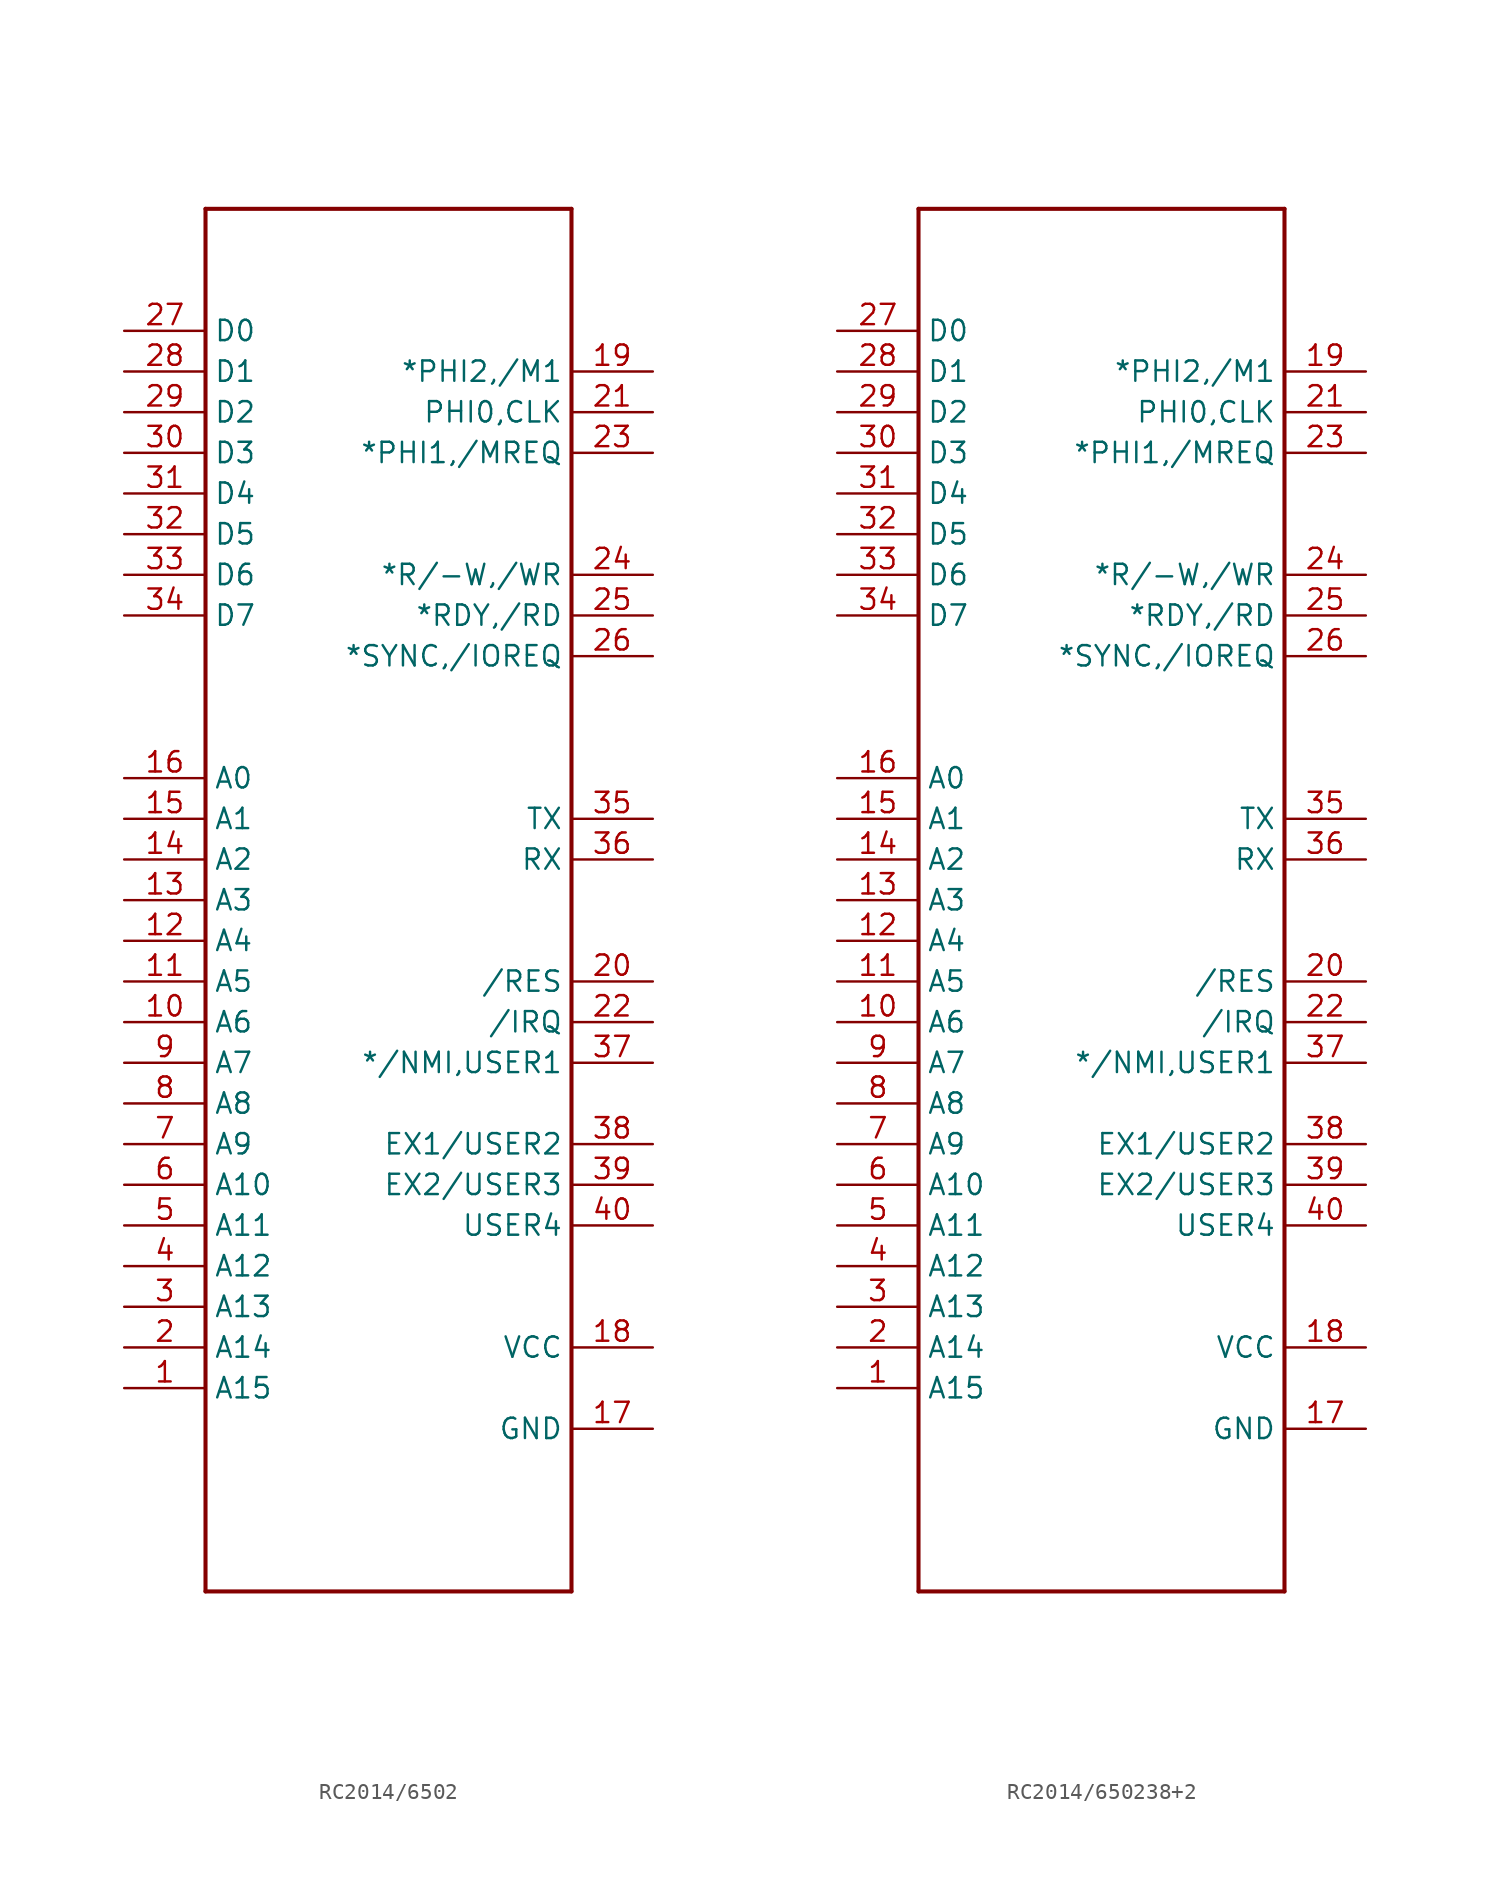
<source format=kicad_sym>
(kicad_symbol_lib
  (version 20220914)
  (generator kicad_symbol_editor)
  (symbol "RC2014/6502"
    (property "Reference" ""
      (at -5.08 25.4 0)
      (effects (font (size 2.184 1.857)) (justify left bottom) hide))
    (property "Value" ""
      (at -7.62 -63.5 0)
      (effects (font (size 2.184 1.857)) (justify left bottom)))
    (property "ki_locked" ""
      (at 0 0 0)
      (effects (font (size 1.27 1.27))))
    (symbol "RC2014/6502_1_0"
      (polyline (pts (xy -12.7 -60.96) (xy -12.7 25.4)) (stroke (width 0.254) (type solid)) (fill (type none)))
      (polyline (pts (xy -12.7 25.4) (xy 10.16 25.4)) (stroke (width 0.254) (type solid)) (fill (type none)))
      (polyline (pts (xy 10.16 -60.96) (xy -12.7 -60.96)) (stroke (width 0.254) (type solid)) (fill (type none)))
      (polyline (pts (xy 10.16 25.4) (xy 10.16 -60.96)) (stroke (width 0.254) (type solid)) (fill (type none)))
      (pin bidirectional line (at -17.78 -48.26 0) (length 5.08) (name "A15" (effects (font (size 1.27 1.27)))) (number "1" (effects (font (size 1.27 1.27)))))
      (pin bidirectional line (at -17.78 -25.4 0) (length 5.08) (name "A6" (effects (font (size 1.27 1.27)))) (number "10" (effects (font (size 1.27 1.27)))))
      (pin bidirectional line (at -17.78 -22.86 0) (length 5.08) (name "A5" (effects (font (size 1.27 1.27)))) (number "11" (effects (font (size 1.27 1.27)))))
      (pin bidirectional line (at -17.78 -20.32 0) (length 5.08) (name "A4" (effects (font (size 1.27 1.27)))) (number "12" (effects (font (size 1.27 1.27)))))
      (pin bidirectional line (at -17.78 -17.78 0) (length 5.08) (name "A3" (effects (font (size 1.27 1.27)))) (number "13" (effects (font (size 1.27 1.27)))))
      (pin bidirectional line (at -17.78 -15.24 0) (length 5.08) (name "A2" (effects (font (size 1.27 1.27)))) (number "14" (effects (font (size 1.27 1.27)))))
      (pin bidirectional line (at -17.78 -12.7 0) (length 5.08) (name "A1" (effects (font (size 1.27 1.27)))) (number "15" (effects (font (size 1.27 1.27)))))
      (pin bidirectional line (at -17.78 -10.16 0) (length 5.08) (name "A0" (effects (font (size 1.27 1.27)))) (number "16" (effects (font (size 1.27 1.27)))))
      (pin bidirectional line (at 15.24 -50.8 180) (length 5.08) (name "GND" (effects (font (size 1.27 1.27)))) (number "17" (effects (font (size 1.27 1.27)))))
      (pin bidirectional line (at 15.24 -45.72 180) (length 5.08) (name "VCC" (effects (font (size 1.27 1.27)))) (number "18" (effects (font (size 1.27 1.27)))))
      (pin bidirectional line (at 15.24 15.24 180) (length 5.08) (name "*PHI2,/M1" (effects (font (size 1.27 1.27)))) (number "19" (effects (font (size 1.27 1.27)))))
      (pin bidirectional line (at -17.78 -45.72 0) (length 5.08) (name "A14" (effects (font (size 1.27 1.27)))) (number "2" (effects (font (size 1.27 1.27)))))
      (pin bidirectional line (at 15.24 -22.86 180) (length 5.08) (name "/RES" (effects (font (size 1.27 1.27)))) (number "20" (effects (font (size 1.27 1.27)))))
      (pin bidirectional line (at 15.24 12.7 180) (length 5.08) (name "PHI0,CLK" (effects (font (size 1.27 1.27)))) (number "21" (effects (font (size 1.27 1.27)))))
      (pin bidirectional line (at 15.24 -25.4 180) (length 5.08) (name "/IRQ" (effects (font (size 1.27 1.27)))) (number "22" (effects (font (size 1.27 1.27)))))
      (pin bidirectional line (at 15.24 10.16 180) (length 5.08) (name "*PHI1,/MREQ" (effects (font (size 1.27 1.27)))) (number "23" (effects (font (size 1.27 1.27)))))
      (pin bidirectional line (at 15.24 2.54 180) (length 5.08) (name "*R/-W,/WR" (effects (font (size 1.27 1.27)))) (number "24" (effects (font (size 1.27 1.27)))))
      (pin bidirectional line (at 15.24 0 180) (length 5.08) (name "*RDY,/RD" (effects (font (size 1.27 1.27)))) (number "25" (effects (font (size 1.27 1.27)))))
      (pin bidirectional line (at 15.24 -2.54 180) (length 5.08) (name "*SYNC,/IOREQ" (effects (font (size 1.27 1.27)))) (number "26" (effects (font (size 1.27 1.27)))))
      (pin bidirectional line (at -17.78 17.78 0) (length 5.08) (name "D0" (effects (font (size 1.27 1.27)))) (number "27" (effects (font (size 1.27 1.27)))))
      (pin bidirectional line (at -17.78 15.24 0) (length 5.08) (name "D1" (effects (font (size 1.27 1.27)))) (number "28" (effects (font (size 1.27 1.27)))))
      (pin bidirectional line (at -17.78 12.7 0) (length 5.08) (name "D2" (effects (font (size 1.27 1.27)))) (number "29" (effects (font (size 1.27 1.27)))))
      (pin bidirectional line (at -17.78 -43.18 0) (length 5.08) (name "A13" (effects (font (size 1.27 1.27)))) (number "3" (effects (font (size 1.27 1.27)))))
      (pin bidirectional line (at -17.78 10.16 0) (length 5.08) (name "D3" (effects (font (size 1.27 1.27)))) (number "30" (effects (font (size 1.27 1.27)))))
      (pin bidirectional line (at -17.78 7.62 0) (length 5.08) (name "D4" (effects (font (size 1.27 1.27)))) (number "31" (effects (font (size 1.27 1.27)))))
      (pin bidirectional line (at -17.78 5.08 0) (length 5.08) (name "D5" (effects (font (size 1.27 1.27)))) (number "32" (effects (font (size 1.27 1.27)))))
      (pin bidirectional line (at -17.78 2.54 0) (length 5.08) (name "D6" (effects (font (size 1.27 1.27)))) (number "33" (effects (font (size 1.27 1.27)))))
      (pin bidirectional line (at -17.78 0 0) (length 5.08) (name "D7" (effects (font (size 1.27 1.27)))) (number "34" (effects (font (size 1.27 1.27)))))
      (pin bidirectional line (at 15.24 -12.7 180) (length 5.08) (name "TX" (effects (font (size 1.27 1.27)))) (number "35" (effects (font (size 1.27 1.27)))))
      (pin bidirectional line (at 15.24 -15.24 180) (length 5.08) (name "RX" (effects (font (size 1.27 1.27)))) (number "36" (effects (font (size 1.27 1.27)))))
      (pin bidirectional line (at 15.24 -27.94 180) (length 5.08) (name "*/NMI,USER1" (effects (font (size 1.27 1.27)))) (number "37" (effects (font (size 1.27 1.27)))))
      (pin bidirectional line (at 15.24 -33.02 180) (length 5.08) (name "EX1/USER2" (effects (font (size 1.27 1.27)))) (number "38" (effects (font (size 1.27 1.27)))))
      (pin bidirectional line (at 15.24 -35.56 180) (length 5.08) (name "EX2/USER3" (effects (font (size 1.27 1.27)))) (number "39" (effects (font (size 1.27 1.27)))))
      (pin bidirectional line (at -17.78 -40.64 0) (length 5.08) (name "A12" (effects (font (size 1.27 1.27)))) (number "4" (effects (font (size 1.27 1.27)))))
      (pin bidirectional line (at 15.24 -38.1 180) (length 5.08) (name "USER4" (effects (font (size 1.27 1.27)))) (number "40" (effects (font (size 1.27 1.27)))))
      (pin bidirectional line (at -17.78 -38.1 0) (length 5.08) (name "A11" (effects (font (size 1.27 1.27)))) (number "5" (effects (font (size 1.27 1.27)))))
      (pin bidirectional line (at -17.78 -35.56 0) (length 5.08) (name "A10" (effects (font (size 1.27 1.27)))) (number "6" (effects (font (size 1.27 1.27)))))
      (pin bidirectional line (at -17.78 -33.02 0) (length 5.08) (name "A9" (effects (font (size 1.27 1.27)))) (number "7" (effects (font (size 1.27 1.27)))))
      (pin bidirectional line (at -17.78 -30.48 0) (length 5.08) (name "A8" (effects (font (size 1.27 1.27)))) (number "8" (effects (font (size 1.27 1.27)))))
      (pin bidirectional line (at -17.78 -27.94 0) (length 5.08) (name "A7" (effects (font (size 1.27 1.27)))) (number "9" (effects (font (size 1.27 1.27)))))))
  (symbol "RC2014/650238+2"
    (property "Reference" ""
      (at -5.08 25.4 0)
      (effects (font (size 2.184 1.857)) (justify left bottom) hide))
    (property "Value" ""
      (at -7.62 -63.5 0)
      (effects (font (size 2.184 1.857)) (justify left bottom)))
    (property "ki_locked" ""
      (at 0 0 0)
      (effects (font (size 1.27 1.27))))
    (symbol "RC2014/650238+2_1_0"
      (polyline (pts (xy -12.7 -60.96) (xy -12.7 25.4)) (stroke (width 0.254) (type solid)) (fill (type none)))
      (polyline (pts (xy -12.7 25.4) (xy 10.16 25.4)) (stroke (width 0.254) (type solid)) (fill (type none)))
      (polyline (pts (xy 10.16 -60.96) (xy -12.7 -60.96)) (stroke (width 0.254) (type solid)) (fill (type none)))
      (polyline (pts (xy 10.16 25.4) (xy 10.16 -60.96)) (stroke (width 0.254) (type solid)) (fill (type none)))
      (pin bidirectional line (at -17.78 -48.26 0) (length 5.08) (name "A15" (effects (font (size 1.27 1.27)))) (number "1" (effects (font (size 1.27 1.27)))))
      (pin bidirectional line (at -17.78 -25.4 0) (length 5.08) (name "A6" (effects (font (size 1.27 1.27)))) (number "10" (effects (font (size 1.27 1.27)))))
      (pin bidirectional line (at -17.78 -22.86 0) (length 5.08) (name "A5" (effects (font (size 1.27 1.27)))) (number "11" (effects (font (size 1.27 1.27)))))
      (pin bidirectional line (at -17.78 -20.32 0) (length 5.08) (name "A4" (effects (font (size 1.27 1.27)))) (number "12" (effects (font (size 1.27 1.27)))))
      (pin bidirectional line (at -17.78 -17.78 0) (length 5.08) (name "A3" (effects (font (size 1.27 1.27)))) (number "13" (effects (font (size 1.27 1.27)))))
      (pin bidirectional line (at -17.78 -15.24 0) (length 5.08) (name "A2" (effects (font (size 1.27 1.27)))) (number "14" (effects (font (size 1.27 1.27)))))
      (pin bidirectional line (at -17.78 -12.7 0) (length 5.08) (name "A1" (effects (font (size 1.27 1.27)))) (number "15" (effects (font (size 1.27 1.27)))))
      (pin bidirectional line (at -17.78 -10.16 0) (length 5.08) (name "A0" (effects (font (size 1.27 1.27)))) (number "16" (effects (font (size 1.27 1.27)))))
      (pin bidirectional line (at 15.24 -50.8 180) (length 5.08) (name "GND" (effects (font (size 1.27 1.27)))) (number "17" (effects (font (size 1.27 1.27)))))
      (pin bidirectional line (at 15.24 -45.72 180) (length 5.08) (name "VCC" (effects (font (size 1.27 1.27)))) (number "18" (effects (font (size 1.27 1.27)))))
      (pin bidirectional line (at 15.24 15.24 180) (length 5.08) (name "*PHI2,/M1" (effects (font (size 1.27 1.27)))) (number "19" (effects (font (size 1.27 1.27)))))
      (pin bidirectional line (at -17.78 -45.72 0) (length 5.08) (name "A14" (effects (font (size 1.27 1.27)))) (number "2" (effects (font (size 1.27 1.27)))))
      (pin bidirectional line (at 15.24 -22.86 180) (length 5.08) (name "/RES" (effects (font (size 1.27 1.27)))) (number "20" (effects (font (size 1.27 1.27)))))
      (pin bidirectional line (at 15.24 12.7 180) (length 5.08) (name "PHI0,CLK" (effects (font (size 1.27 1.27)))) (number "21" (effects (font (size 1.27 1.27)))))
      (pin bidirectional line (at 15.24 -25.4 180) (length 5.08) (name "/IRQ" (effects (font (size 1.27 1.27)))) (number "22" (effects (font (size 1.27 1.27)))))
      (pin bidirectional line (at 15.24 10.16 180) (length 5.08) (name "*PHI1,/MREQ" (effects (font (size 1.27 1.27)))) (number "23" (effects (font (size 1.27 1.27)))))
      (pin bidirectional line (at 15.24 2.54 180) (length 5.08) (name "*R/-W,/WR" (effects (font (size 1.27 1.27)))) (number "24" (effects (font (size 1.27 1.27)))))
      (pin bidirectional line (at 15.24 0 180) (length 5.08) (name "*RDY,/RD" (effects (font (size 1.27 1.27)))) (number "25" (effects (font (size 1.27 1.27)))))
      (pin bidirectional line (at 15.24 -2.54 180) (length 5.08) (name "*SYNC,/IOREQ" (effects (font (size 1.27 1.27)))) (number "26" (effects (font (size 1.27 1.27)))))
      (pin bidirectional line (at -17.78 17.78 0) (length 5.08) (name "D0" (effects (font (size 1.27 1.27)))) (number "27" (effects (font (size 1.27 1.27)))))
      (pin bidirectional line (at -17.78 15.24 0) (length 5.08) (name "D1" (effects (font (size 1.27 1.27)))) (number "28" (effects (font (size 1.27 1.27)))))
      (pin bidirectional line (at -17.78 12.7 0) (length 5.08) (name "D2" (effects (font (size 1.27 1.27)))) (number "29" (effects (font (size 1.27 1.27)))))
      (pin bidirectional line (at -17.78 -43.18 0) (length 5.08) (name "A13" (effects (font (size 1.27 1.27)))) (number "3" (effects (font (size 1.27 1.27)))))
      (pin bidirectional line (at -17.78 10.16 0) (length 5.08) (name "D3" (effects (font (size 1.27 1.27)))) (number "30" (effects (font (size 1.27 1.27)))))
      (pin bidirectional line (at -17.78 7.62 0) (length 5.08) (name "D4" (effects (font (size 1.27 1.27)))) (number "31" (effects (font (size 1.27 1.27)))))
      (pin bidirectional line (at -17.78 5.08 0) (length 5.08) (name "D5" (effects (font (size 1.27 1.27)))) (number "32" (effects (font (size 1.27 1.27)))))
      (pin bidirectional line (at -17.78 2.54 0) (length 5.08) (name "D6" (effects (font (size 1.27 1.27)))) (number "33" (effects (font (size 1.27 1.27)))))
      (pin bidirectional line (at -17.78 0 0) (length 5.08) (name "D7" (effects (font (size 1.27 1.27)))) (number "34" (effects (font (size 1.27 1.27)))))
      (pin bidirectional line (at 15.24 -12.7 180) (length 5.08) (name "TX" (effects (font (size 1.27 1.27)))) (number "35" (effects (font (size 1.27 1.27)))))
      (pin bidirectional line (at 15.24 -15.24 180) (length 5.08) (name "RX" (effects (font (size 1.27 1.27)))) (number "36" (effects (font (size 1.27 1.27)))))
      (pin bidirectional line (at 15.24 -27.94 180) (length 5.08) (name "*/NMI,USER1" (effects (font (size 1.27 1.27)))) (number "37" (effects (font (size 1.27 1.27)))))
      (pin bidirectional line (at 15.24 -33.02 180) (length 5.08) (name "EX1/USER2" (effects (font (size 1.27 1.27)))) (number "38" (effects (font (size 1.27 1.27)))))
      (pin bidirectional line (at 15.24 -35.56 180) (length 5.08) (name "EX2/USER3" (effects (font (size 1.27 1.27)))) (number "39" (effects (font (size 1.27 1.27)))))
      (pin bidirectional line (at -17.78 -40.64 0) (length 5.08) (name "A12" (effects (font (size 1.27 1.27)))) (number "4" (effects (font (size 1.27 1.27)))))
      (pin bidirectional line (at 15.24 -38.1 180) (length 5.08) (name "USER4" (effects (font (size 1.27 1.27)))) (number "40" (effects (font (size 1.27 1.27)))))
      (pin bidirectional line (at -17.78 -38.1 0) (length 5.08) (name "A11" (effects (font (size 1.27 1.27)))) (number "5" (effects (font (size 1.27 1.27)))))
      (pin bidirectional line (at -17.78 -35.56 0) (length 5.08) (name "A10" (effects (font (size 1.27 1.27)))) (number "6" (effects (font (size 1.27 1.27)))))
      (pin bidirectional line (at -17.78 -33.02 0) (length 5.08) (name "A9" (effects (font (size 1.27 1.27)))) (number "7" (effects (font (size 1.27 1.27)))))
      (pin bidirectional line (at -17.78 -30.48 0) (length 5.08) (name "A8" (effects (font (size 1.27 1.27)))) (number "8" (effects (font (size 1.27 1.27)))))
      (pin bidirectional line (at -17.78 -27.94 0) (length 5.08) (name "A7" (effects (font (size 1.27 1.27)))) (number "9" (effects (font (size 1.27 1.27))))))))
</source>
